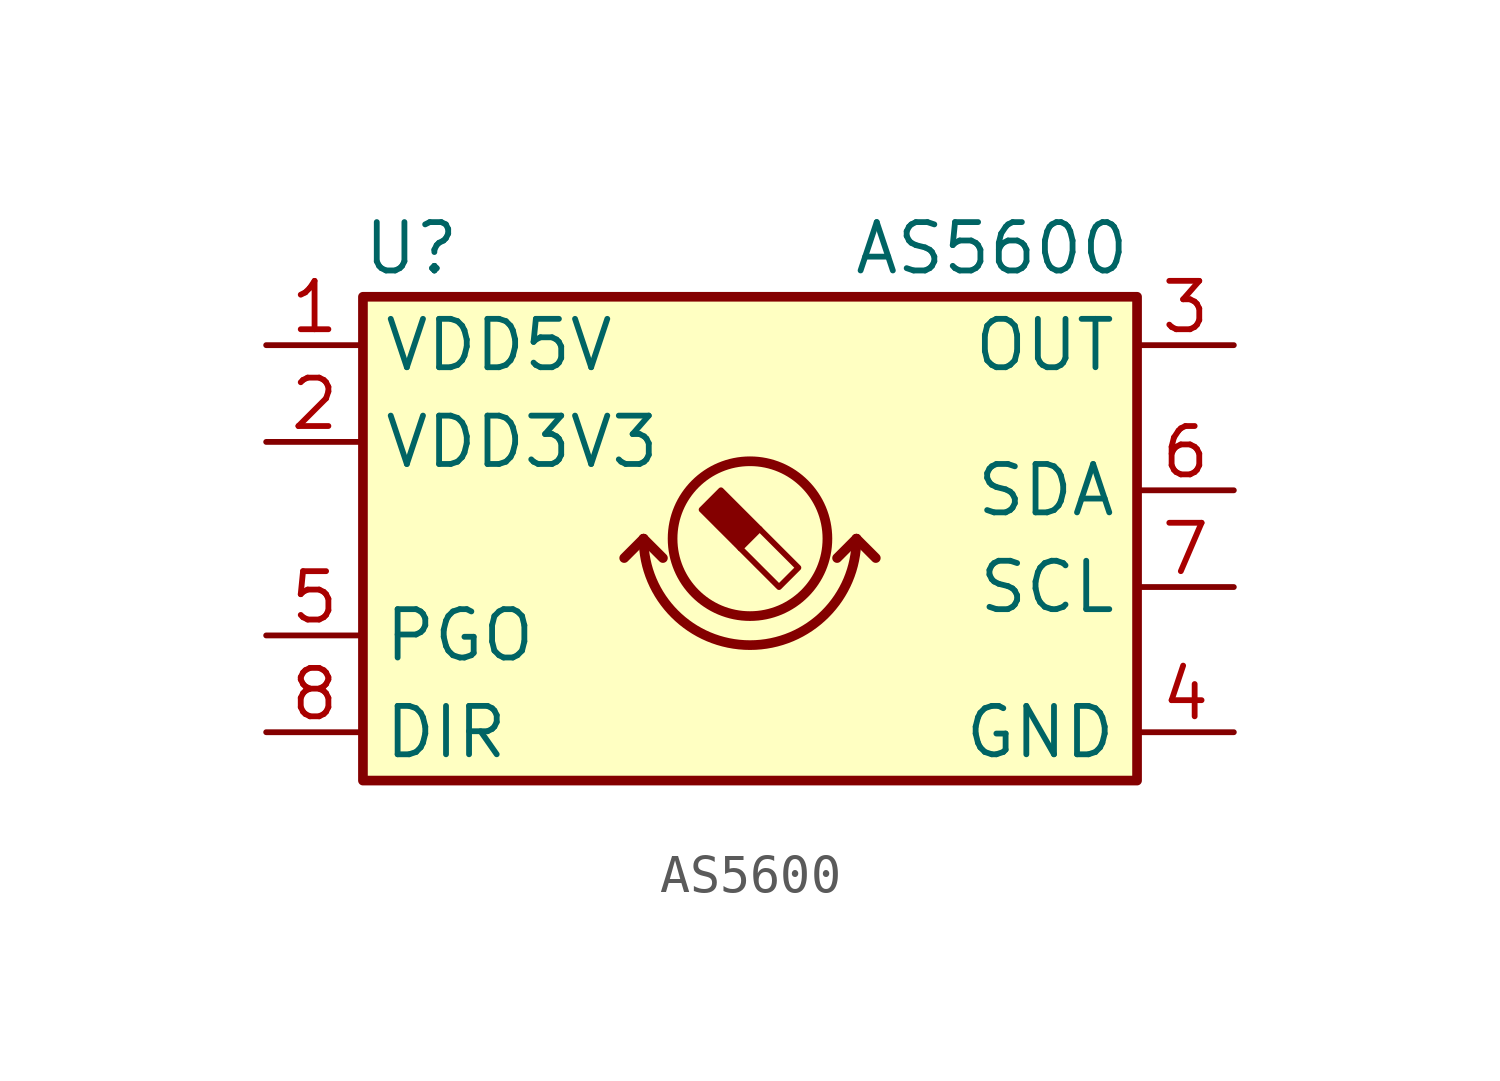
<source format=kicad_sym>
(kicad_symbol_lib
  (version 20220914)
  (generator kicad_symbol_editor)
  (symbol "AS5600"
    (property "Reference" "U"
      (at -8.89 7.62 0)
      (effects (font (size 1.27 1.27))))
    (property "Value" "AS5600"
      (at 6.35 7.62 0)
      (effects (font (size 1.27 1.27))))
    (symbol "AS5600_0_1"
      (rectangle (start -10.16 6.35) (end 10.16 -6.35) (stroke (width 0.254) (type default)) (fill (type background)))
      (arc (start -2.794 0) (mid 0 -2.7819) (end 2.794 0) (stroke (width 0.254) (type default)) (fill (type none)))
      (polyline (pts (xy -2.794 0) (xy -3.302 -0.508)) (stroke (width 0.254) (type default)) (fill (type none)))
      (polyline (pts (xy -2.794 0) (xy -2.286 -0.508)) (stroke (width 0.254) (type default)) (fill (type none)))
      (polyline (pts (xy 2.794 0) (xy 2.286 -0.508)) (stroke (width 0.254) (type default)) (fill (type none)))
      (polyline (pts (xy 2.794 0) (xy 3.302 -0.508)) (stroke (width 0.254) (type default)) (fill (type none))))
    (symbol "AS5600_1_1"
      (polyline (pts (xy 0.254 0.254) (xy 1.27 -0.762) (xy 0.762 -1.27) (xy -0.254 -0.254)) (stroke (width 0) (type default)) (fill (type none)))
      (polyline (pts (xy -0.762 1.27) (xy 0.254 0.254) (xy -0.254 -0.254) (xy -1.27 0.762) (xy -1.016 1.016) (xy -0.762 1.27) (xy -0.635 1.143)) (stroke (width 0) (type default)) (fill (type outline)))
      (circle (center 0 0) (radius 2.032) (stroke (width 0.254) (type default)) (fill (type none)))
      (pin power_in line (at -12.7 5.08 0) (length 2.54) (name "VDD5V" (effects (font (size 1.27 1.27)))) (number "1" (effects (font (size 1.27 1.27)))))
      (pin power_in line (at -12.7 2.54 0) (length 2.54) (name "VDD3V3" (effects (font (size 1.27 1.27)))) (number "2" (effects (font (size 1.27 1.27)))))
      (pin output line (at 12.7 5.08 180) (length 2.54) (name "OUT" (effects (font (size 1.27 1.27)))) (number "3" (effects (font (size 1.27 1.27)))))
      (pin power_out line (at 12.7 -5.08 180) (length 2.54) (name "GND" (effects (font (size 1.27 1.27)))) (number "4" (effects (font (size 1.27 1.27)))))
      (pin input line (at -12.7 -2.54 0) (length 2.54) (name "PGO" (effects (font (size 1.27 1.27)))) (number "5" (effects (font (size 1.27 1.27)))))
      (pin bidirectional line (at 12.7 1.27 180) (length 2.54) (name "SDA" (effects (font (size 1.27 1.27)))) (number "6" (effects (font (size 1.27 1.27)))))
      (pin input line (at 12.7 -1.27 180) (length 2.54) (name "SCL" (effects (font (size 1.27 1.27)))) (number "7" (effects (font (size 1.27 1.27)))))
      (pin input line (at -12.7 -5.08 0) (length 2.54) (name "DIR" (effects (font (size 1.27 1.27)))) (number "8" (effects (font (size 1.27 1.27))))))))
</source>
